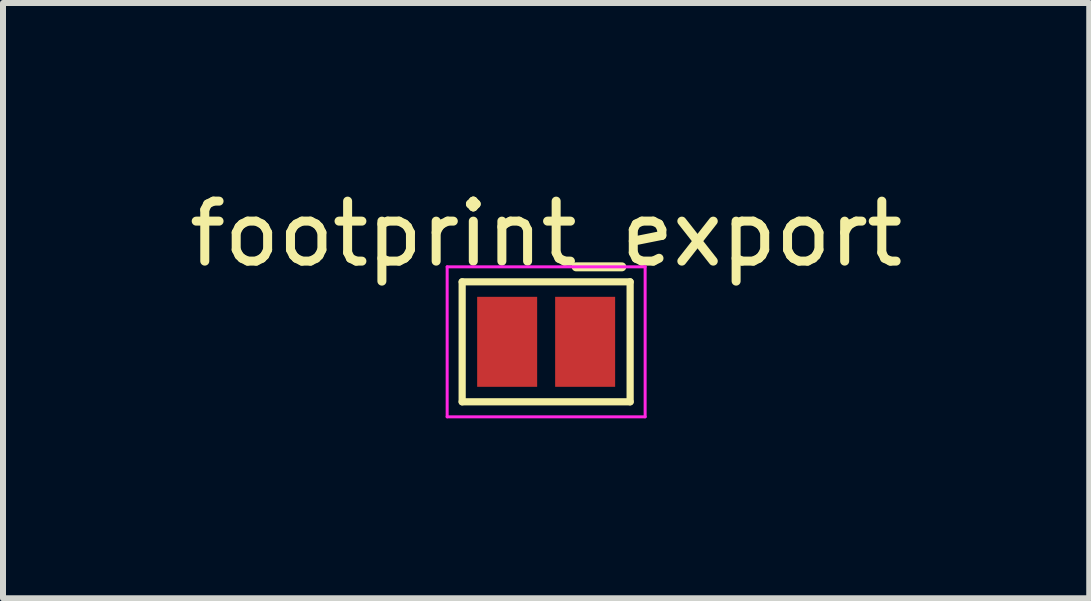
<source format=kicad_pcb>
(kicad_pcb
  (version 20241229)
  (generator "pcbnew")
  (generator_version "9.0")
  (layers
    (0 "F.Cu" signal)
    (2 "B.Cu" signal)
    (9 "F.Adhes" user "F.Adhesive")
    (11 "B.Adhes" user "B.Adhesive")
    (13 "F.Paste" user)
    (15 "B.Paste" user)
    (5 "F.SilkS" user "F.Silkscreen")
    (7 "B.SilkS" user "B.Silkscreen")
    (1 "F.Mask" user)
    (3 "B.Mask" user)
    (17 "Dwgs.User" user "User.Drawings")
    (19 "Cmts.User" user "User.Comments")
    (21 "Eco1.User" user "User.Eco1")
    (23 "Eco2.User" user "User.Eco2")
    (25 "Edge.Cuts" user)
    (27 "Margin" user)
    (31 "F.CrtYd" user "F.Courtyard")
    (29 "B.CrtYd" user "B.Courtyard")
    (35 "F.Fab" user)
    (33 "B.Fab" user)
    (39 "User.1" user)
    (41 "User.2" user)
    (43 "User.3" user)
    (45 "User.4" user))
  (footprint "footprint_export"
    (layer "F.Cu")
    (at 6.054 2.648)
    (property "Reference" "footprint_export" (at 0 -1.8 0) (layer "F.SilkS") (effects (font (size 1 1) (thickness 0.15))))
    (attr exclude_from_pos_files exclude_from_bom)
    (fp_line (start -1.4 -1) (end 1.4 -1) (stroke (width 0.12) (type solid)) (layer "F.SilkS"))
    (fp_line (start -1.4 1) (end -1.4 -1) (stroke (width 0.12) (type solid)) (layer "F.SilkS"))
    (fp_line (start 1.4 -1) (end 1.4 1) (stroke (width 0.12) (type solid)) (layer "F.SilkS"))
    (fp_line (start 1.4 1) (end -1.4 1) (stroke (width 0.12) (type solid)) (layer "F.SilkS"))
    (fp_line (start -1.65 -1.25) (end -1.65 1.25) (stroke (width 0.05) (type solid)) (layer "F.CrtYd"))
    (fp_line (start -1.65 -1.25) (end 1.65 -1.25) (stroke (width 0.05) (type solid)) (layer "F.CrtYd"))
    (fp_line (start 1.65 1.25) (end -1.65 1.25) (stroke (width 0.05) (type solid)) (layer "F.CrtYd"))
    (fp_line (start 1.65 1.25) (end 1.65 -1.25) (stroke (width 0.05) (type solid)) (layer "F.CrtYd"))
    (pad "1" smd rect (at -0.65 0) (size 1 1.5) (layers "F.Cu" "F.Mask"))
    (pad "2" smd rect (at 0.65 0) (size 1 1.5) (layers "F.Cu" "F.Mask")))
  (gr_rect
    (start -3 -3)
    (end 15.107 6.923)
    (stroke (width 0.1) (type default))
    (fill no)
    (layer "Edge.Cuts")))
</source>
